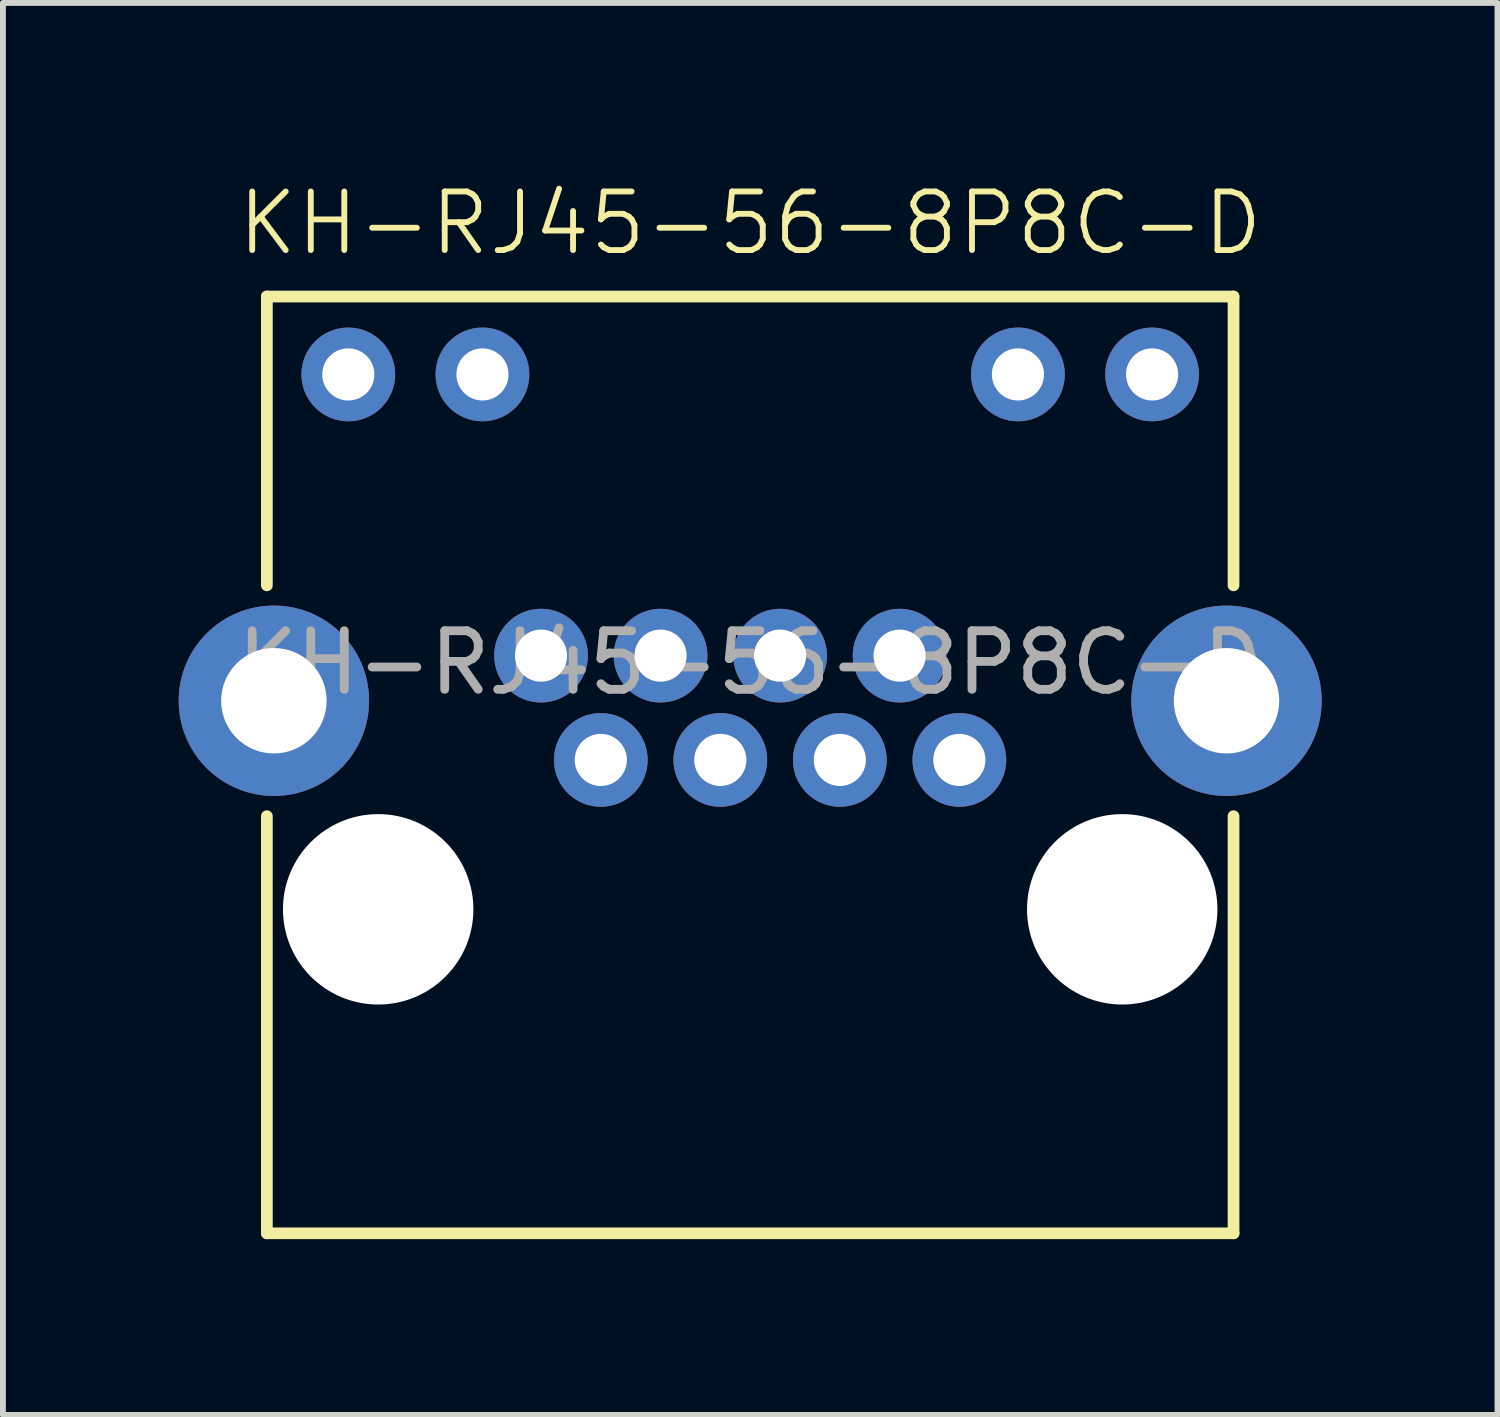
<source format=kicad_pcb>
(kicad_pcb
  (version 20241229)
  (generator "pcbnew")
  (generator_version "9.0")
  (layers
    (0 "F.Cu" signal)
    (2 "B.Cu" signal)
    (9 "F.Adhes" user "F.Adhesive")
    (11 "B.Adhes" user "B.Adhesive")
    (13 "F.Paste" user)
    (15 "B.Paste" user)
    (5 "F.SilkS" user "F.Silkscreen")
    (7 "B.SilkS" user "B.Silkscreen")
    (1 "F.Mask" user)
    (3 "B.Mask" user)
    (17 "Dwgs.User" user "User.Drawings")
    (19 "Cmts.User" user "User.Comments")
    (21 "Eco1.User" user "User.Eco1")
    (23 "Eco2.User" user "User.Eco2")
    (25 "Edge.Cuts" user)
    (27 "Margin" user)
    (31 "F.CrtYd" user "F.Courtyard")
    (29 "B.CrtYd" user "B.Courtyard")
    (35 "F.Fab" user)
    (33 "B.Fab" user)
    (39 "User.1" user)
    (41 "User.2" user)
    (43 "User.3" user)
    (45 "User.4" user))
  (footprint "KH-RJ45-56-8P8C-D"
    (layer "F.Cu")
    (at 9.755 7.261)
    (property "Reference" "KH-RJ45-56-8P8C-D" (at 0 -6.5 0) (unlocked yes) (layer "F.SilkS") (effects (font (size 1 1) (thickness 0.1))))
    (attr smd)
    (fp_line (start -8.25 -5.25) (end -8.25 -0.32) (stroke (width 0.2) (type default)) (layer "F.SilkS"))
    (fp_line (start -8.25 10.74) (end -8.25 3.62) (stroke (width 0.2) (type default)) (layer "F.SilkS"))
    (fp_line (start -8.25 10.74) (end 8.25 10.74) (stroke (width 0.2) (type default)) (layer "F.SilkS"))
    (fp_line (start 8.25 -5.25) (end -8.25 -5.25) (stroke (width 0.2) (type default)) (layer "F.SilkS"))
    (fp_line (start 8.25 -5.25) (end 8.25 -0.32) (stroke (width 0.2) (type default)) (layer "F.SilkS"))
    (fp_line (start 8.25 10.74) (end 8.25 3.62) (stroke (width 0.2) (type default)) (layer "F.SilkS"))
    (fp_text user "${REFERENCE}" (at 0 1 0) (unlocked yes) (layer "F.Fab") (effects (font (size 1 1) (thickness 0.15))))
    (pad "" np_thru_hole circle (at -6.35 5.21) (size 3.25 3.25) (drill 3.25) (layers "*.Cu" "*.Mask"))
    (pad "" np_thru_hole circle (at 6.35 5.21) (size 3.25 3.25) (drill 3.25) (layers "*.Cu" "*.Mask"))
    (pad "1" thru_hole circle (at -3.57 0.88) (size 1.6 1.6) (drill 0.89) (layers "*.Cu" "*.Mask"))
    (pad "2" thru_hole circle (at -2.55 2.66) (size 1.6 1.6) (drill 0.89) (layers "*.Cu" "*.Mask"))
    (pad "3" thru_hole circle (at -1.53 0.88) (size 1.6 1.6) (drill 0.89) (layers "*.Cu" "*.Mask"))
    (pad "4" thru_hole circle (at -0.51 2.66) (size 1.6 1.6) (drill 0.89) (layers "*.Cu" "*.Mask"))
    (pad "5" thru_hole circle (at 0.51 0.88) (size 1.6 1.6) (drill 0.89) (layers "*.Cu" "*.Mask"))
    (pad "6" thru_hole circle (at 1.53 2.66) (size 1.6 1.6) (drill 0.89) (layers "*.Cu" "*.Mask"))
    (pad "7" thru_hole circle (at 2.55 0.88) (size 1.6 1.6) (drill 0.89) (layers "*.Cu" "*.Mask"))
    (pad "8" thru_hole circle (at 3.57 2.66) (size 1.6 1.6) (drill 0.89) (layers "*.Cu" "*.Mask"))
    (pad "9" thru_hole circle (at 6.86 -3.92) (size 1.6 1.6) (drill 0.89) (layers "*.Cu" "*.Mask"))
    (pad "10" thru_hole circle (at 4.57 -3.92) (size 1.6 1.6) (drill 0.89) (layers "*.Cu" "*.Mask"))
    (pad "11" thru_hole circle (at -4.57 -3.92) (size 1.6 1.6) (drill 0.89) (layers "*.Cu" "*.Mask"))
    (pad "12" thru_hole circle (at -6.86 -3.92) (size 1.6 1.6) (drill 0.89) (layers "*.Cu" "*.Mask"))
    (pad "SH" thru_hole oval (at -8.13 1.65) (size 3.25 3.25) (drill 1.8) (layers "*.Cu" "*.Mask"))
    (pad "SH" thru_hole oval (at 8.13 1.65) (size 3.25 3.25) (drill 1.8) (layers "*.Cu" "*.Mask")))
  (gr_rect
    (start -3 -3)
    (end 22.51 21.101)
    (stroke (width 0.1) (type default))
    (fill no)
    (layer "Edge.Cuts")))
</source>
